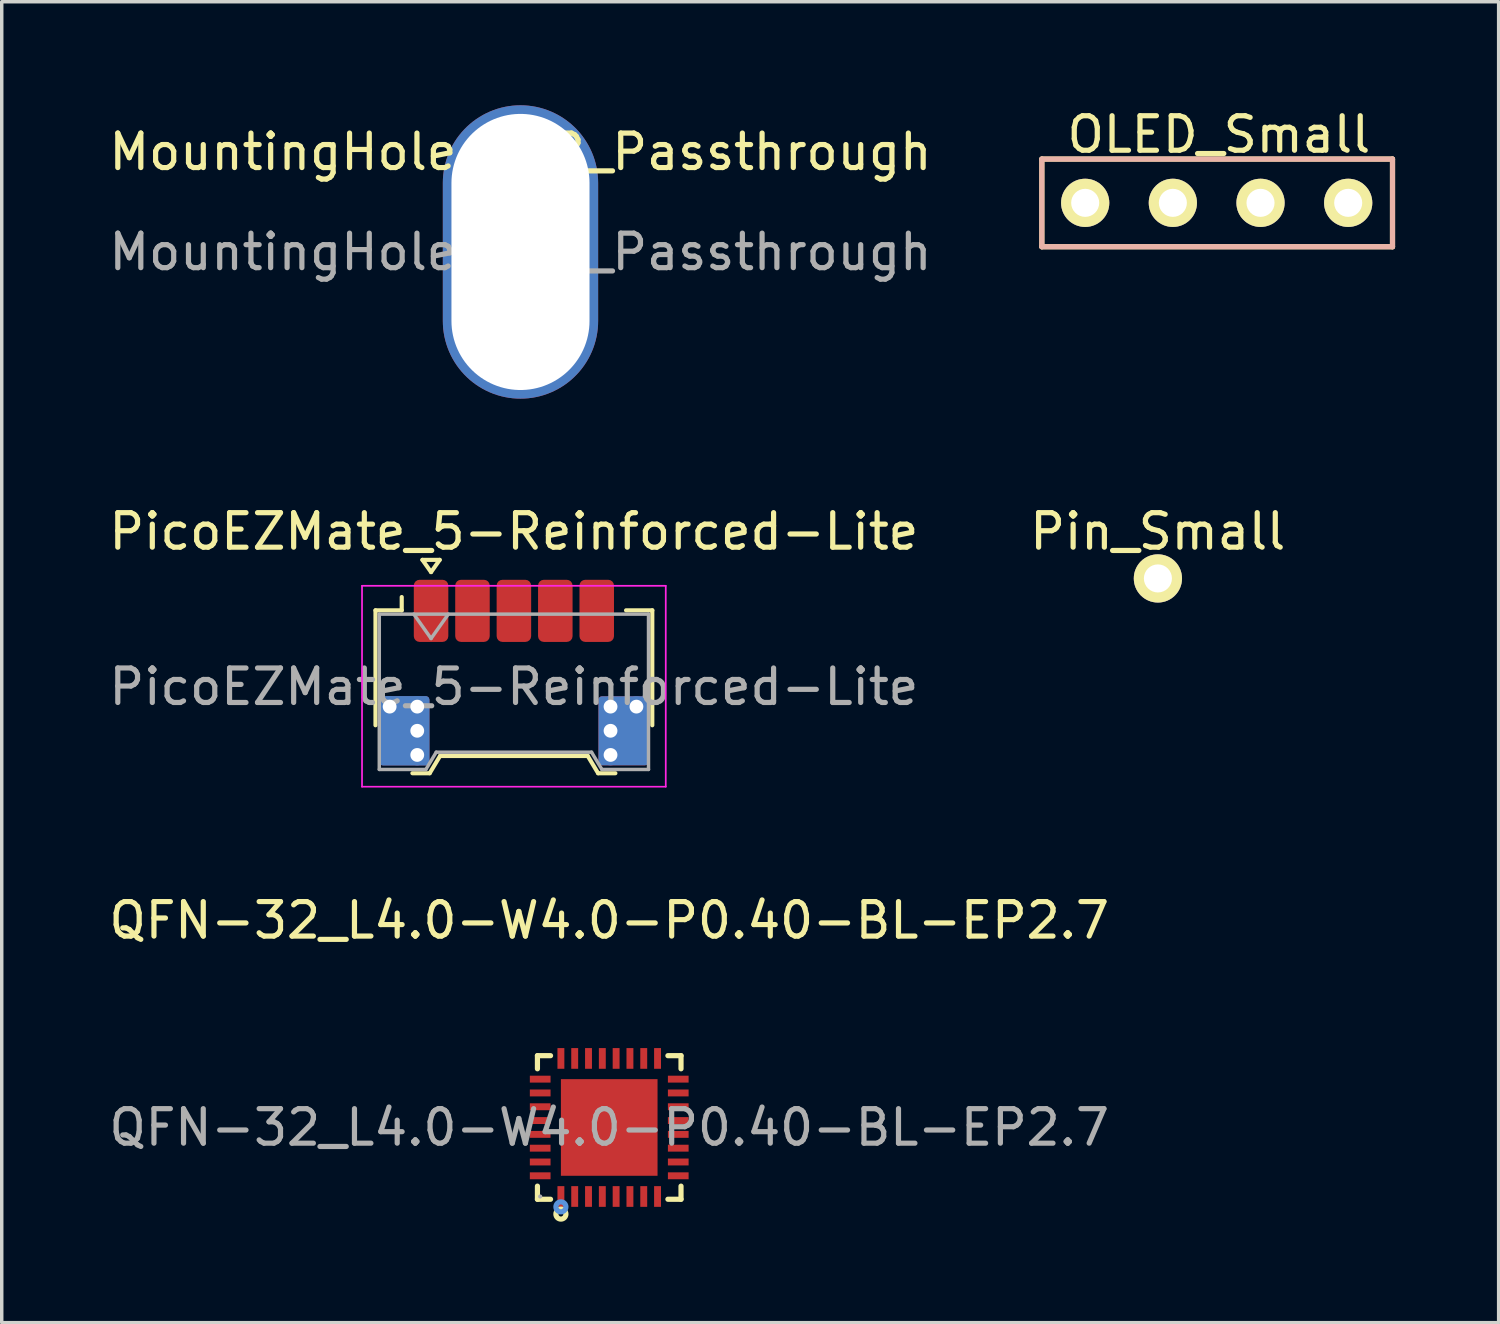
<source format=kicad_pcb>
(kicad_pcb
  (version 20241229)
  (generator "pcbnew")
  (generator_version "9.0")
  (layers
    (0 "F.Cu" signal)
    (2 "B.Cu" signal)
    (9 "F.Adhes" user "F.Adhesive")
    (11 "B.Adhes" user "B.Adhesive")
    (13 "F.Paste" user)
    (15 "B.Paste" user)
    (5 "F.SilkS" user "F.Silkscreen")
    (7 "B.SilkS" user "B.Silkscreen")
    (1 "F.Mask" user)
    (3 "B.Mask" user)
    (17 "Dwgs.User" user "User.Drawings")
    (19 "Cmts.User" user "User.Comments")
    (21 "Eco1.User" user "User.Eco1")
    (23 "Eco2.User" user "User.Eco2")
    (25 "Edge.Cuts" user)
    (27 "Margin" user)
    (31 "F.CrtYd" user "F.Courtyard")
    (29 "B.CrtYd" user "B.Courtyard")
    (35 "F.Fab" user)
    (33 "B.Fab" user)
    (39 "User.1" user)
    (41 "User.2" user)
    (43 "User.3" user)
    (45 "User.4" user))
  (footprint "PicoEZMate_5-Reinforced-Lite"
    (layer "F.Cu")
    (at 11.839 16.848)
    (property "Reference" "PicoEZMate_5-Reinforced-Lite" (at 0 -4.5 0) (layer "F.SilkS") (effects (font (size 1 1) (thickness 0.15))))
    (attr smd)
    (fp_line (start -4.01 -2.215) (end -3.25 -2.215) (stroke (width 0.12) (type solid)) (layer "F.SilkS"))
    (fp_line (start -4.01 1.115) (end -4.01 -2.215) (stroke (width 0.12) (type solid)) (layer "F.SilkS"))
    (fp_line (start -3.25 -2.215) (end -3.25 -2.6) (stroke (width 0.12) (type solid)) (layer "F.SilkS"))
    (fp_line (start -2.94 2.505) (end -2.44 2.505) (stroke (width 0.12) (type solid)) (layer "F.SilkS"))
    (fp_line (start -2.65 -3.677) (end -2.4 -3.323) (stroke (width 0.12) (type solid)) (layer "F.SilkS"))
    (fp_line (start -2.44 2.505) (end -2.14 2.005) (stroke (width 0.12) (type solid)) (layer "F.SilkS"))
    (fp_line (start -2.4 -3.323) (end -2.15 -3.677) (stroke (width 0.12) (type solid)) (layer "F.SilkS"))
    (fp_line (start -2.15 -3.677) (end -2.65 -3.677) (stroke (width 0.12) (type solid)) (layer "F.SilkS"))
    (fp_line (start -2.14 2.005) (end 2.14 2.005) (stroke (width 0.12) (type solid)) (layer "F.SilkS"))
    (fp_line (start 2.14 2.005) (end 2.44 2.505) (stroke (width 0.12) (type solid)) (layer "F.SilkS"))
    (fp_line (start 2.44 2.505) (end 2.94 2.505) (stroke (width 0.12) (type solid)) (layer "F.SilkS"))
    (fp_line (start 4.01 -2.215) (end 3.25 -2.215) (stroke (width 0.12) (type solid)) (layer "F.SilkS"))
    (fp_line (start 4.01 1.115) (end 4.01 -2.215) (stroke (width 0.12) (type solid)) (layer "F.SilkS"))
    (fp_line (start -4.4 -2.925) (end -4.4 2.895) (stroke (width 0.05) (type solid)) (layer "F.CrtYd"))
    (fp_line (start -4.4 2.895) (end 4.4 2.895) (stroke (width 0.05) (type solid)) (layer "F.CrtYd"))
    (fp_line (start 4.4 -2.925) (end -4.4 -2.925) (stroke (width 0.05) (type solid)) (layer "F.CrtYd"))
    (fp_line (start 4.4 2.895) (end 4.4 -2.925) (stroke (width 0.05) (type solid)) (layer "F.CrtYd"))
    (fp_line (start -3.9 -2.105) (end -3.9 2.395) (stroke (width 0.1) (type solid)) (layer "F.Fab"))
    (fp_line (start -3.9 -2.105) (end 3.9 -2.105) (stroke (width 0.1) (type solid)) (layer "F.Fab"))
    (fp_line (start -3.9 2.395) (end -2.55 2.395) (stroke (width 0.1) (type solid)) (layer "F.Fab"))
    (fp_line (start -2.9 -2.105) (end -2.4 -1.398) (stroke (width 0.1) (type solid)) (layer "F.Fab"))
    (fp_line (start -2.55 2.395) (end -2.25 1.895) (stroke (width 0.1) (type solid)) (layer "F.Fab"))
    (fp_line (start -2.4 -1.398) (end -1.9 -2.105) (stroke (width 0.1) (type solid)) (layer "F.Fab"))
    (fp_line (start -2.25 1.895) (end 2.25 1.895) (stroke (width 0.1) (type solid)) (layer "F.Fab"))
    (fp_line (start 2.25 1.895) (end 2.55 2.395) (stroke (width 0.1) (type solid)) (layer "F.Fab"))
    (fp_line (start 2.55 2.395) (end 3.9 2.395) (stroke (width 0.1) (type solid)) (layer "F.Fab"))
    (fp_line (start 3.9 -2.105) (end 3.9 2.395) (stroke (width 0.1) (type solid)) (layer "F.Fab"))
    (fp_text user "${REFERENCE}" (at 0 0 0) (layer "F.Fab") (effects (font (size 1 1) (thickness 0.15))))
    (pad "" thru_hole circle (at -3.6 0.575) (size 0.6 0.6) (drill 0.4) (layers "*.Cu"))
    (pad "" smd roundrect (at -3.55 1.775) (size 0.7 1) (layers "F.Mask" "F.Paste") (roundrect_rratio 0.143))
    (pad "" smd roundrect (at -3.175 1.275) (size 1.45 2) (layers "F.Cu") (roundrect_rratio 0.069))
    (pad "" smd roundrect (at -3.175 1.275) (size 1.45 2) (layers "B.Cu") (roundrect_rratio 0.069))
    (pad "" smd roundrect (at -3.175 1.275) (size 1.45 2) (layers "B.Cu") (roundrect_rratio 0.069))
    (pad "" thru_hole circle (at -2.8 0.575) (size 0.6 0.6) (drill 0.4) (layers "*.Cu"))
    (pad "" thru_hole circle (at -2.8 1.275) (size 0.6 0.6) (drill 0.4) (layers "*.Cu"))
    (pad "" thru_hole circle (at -2.8 1.975) (size 0.6 0.6) (drill 0.4) (layers "*.Cu"))
    (pad "" smd roundrect (at -2.4 -2) (size 0.75 1.2) (layers "F.Mask" "F.Paste") (roundrect_rratio 0.167))
    (pad "" smd roundrect (at -1.2 -2) (size 0.75 1.2) (layers "F.Mask" "F.Paste") (roundrect_rratio 0.167))
    (pad "" smd roundrect (at 0 -2) (size 0.75 1.2) (layers "F.Mask" "F.Paste") (roundrect_rratio 0.167))
    (pad "" smd roundrect (at 1.2 -2) (size 0.75 1.2) (layers "F.Mask" "F.Paste") (roundrect_rratio 0.167))
    (pad "" smd roundrect (at 2.4 -2) (size 0.75 1.2) (layers "F.Mask" "F.Paste") (roundrect_rratio 0.167))
    (pad "" thru_hole circle (at 2.8 0.575) (size 0.6 0.6) (drill 0.4) (layers "*.Cu"))
    (pad "" thru_hole circle (at 2.8 1.275) (size 0.6 0.6) (drill 0.4) (layers "*.Cu"))
    (pad "" thru_hole circle (at 2.8 1.975) (size 0.6 0.6) (drill 0.4) (layers "*.Cu"))
    (pad "" smd roundrect (at 3.175 1.275) (size 1.45 2) (layers "F.Cu") (roundrect_rratio 0.069))
    (pad "" smd roundrect (at 3.175 1.275) (size 1.45 2) (layers "B.Cu") (roundrect_rratio 0.069))
    (pad "" thru_hole circle (at 3.55 0.575) (size 0.6 0.6) (drill 0.4) (layers "*.Cu"))
    (pad "" smd roundrect (at 3.55 1.775) (size 0.7 1) (layers "F.Mask" "F.Paste") (roundrect_rratio 0.143))
    (pad "1" smd roundrect (at -2.4 -2.2) (size 1 1.8) (layers "F.Cu") (roundrect_rratio 0.167))
    (pad "2" smd roundrect (at -1.2 -2.2) (size 1 1.8) (layers "F.Cu") (roundrect_rratio 0.167))
    (pad "3" smd roundrect (at 0 -2.2) (size 1 1.8) (layers "F.Cu") (roundrect_rratio 0.167))
    (pad "4" smd roundrect (at 1.2 -2.2) (size 1 1.8) (layers "F.Cu") (roundrect_rratio 0.167))
    (pad "5" smd roundrect (at 2.4 -2.2) (size 1 1.8) (layers "F.Cu") (roundrect_rratio 0.167)))
  (footprint "Pin_Small"
    (layer "F.Cu")
    (at 30.494 13.72)
    (property "Reference" "Pin_Small" (at 0 -1.372 0) (layer "F.SilkS") (effects (font (size 1 1) (thickness 0.15))))
    (attr through_hole)
    (pad "1" thru_hole circle (at 0.004 -0.011) (size 1.397 1.397) (drill 0.813) (layers "*.Cu" "*.Mask" "F.SilkS")))
  (footprint "MountingHole_RGB_Passthrough"
    (layer "F.Cu")
    (at 12.03 4.25)
    (property "Reference" "MountingHole_RGB_Passthrough" (at 0 -2.9 0) (layer "F.SilkS") (effects (font (size 1 1) (thickness 0.15))))
    (attr exclude_from_pos_files exclude_from_bom)
    (fp_text user "${REFERENCE}" (at 0 0 0) (layer "F.Fab") (effects (font (size 1 1) (thickness 0.15))))
    (pad "1" thru_hole oval (at 0 0) (size 4.5 8.5) (drill oval 4 8) (layers "*.Cu" "*.Mask")))
  (footprint "QFN-32_L4.0-W4.0-P0.40-BL-EP2.7"
    (layer "F.Cu")
    (at 14.601 29.616)
    (property "Reference" "QFN-32_L4.0-W4.0-P0.40-BL-EP2.7" (at 0 -6 0) (layer "F.SilkS") (effects (font (size 1 1) (thickness 0.15))))
    (attr smd)
    (fp_line (start -2.08 -2.08) (end -1.7 -2.08) (stroke (width 0.15) (type solid)) (layer "F.SilkS"))
    (fp_line (start -2.08 -1.7) (end -2.08 -2.08) (stroke (width 0.15) (type solid)) (layer "F.SilkS"))
    (fp_line (start -2.08 1.7) (end -2.08 2.08) (stroke (width 0.15) (type solid)) (layer "F.SilkS"))
    (fp_line (start -2.08 2.08) (end -1.7 2.08) (stroke (width 0.15) (type solid)) (layer "F.SilkS"))
    (fp_line (start 2.08 -2.08) (end 1.7 -2.08) (stroke (width 0.15) (type solid)) (layer "F.SilkS"))
    (fp_line (start 2.08 -1.7) (end 2.08 -2.08) (stroke (width 0.15) (type solid)) (layer "F.SilkS"))
    (fp_line (start 2.08 1.7) (end 2.08 2.08) (stroke (width 0.15) (type solid)) (layer "F.SilkS"))
    (fp_line (start 2.08 2.08) (end 1.7 2.08) (stroke (width 0.15) (type solid)) (layer "F.SilkS"))
    (fp_circle (center -1.4 2.51) (end -1.33 2.51) (stroke (width 0.15) (type solid)) (fill no) (layer "F.SilkS"))
    (fp_circle (center -1.4 2.3) (end -1.33 2.3) (stroke (width 0.15) (type solid)) (fill no) (layer "Cmts.User"))
    (fp_circle (center -2 2) (end -1.97 2) (stroke (width 0.06) (type solid)) (fill no) (layer "F.Fab"))
    (fp_text user "${REFERENCE}" (at 0 0 0) (layer "F.Fab") (effects (font (size 1 1) (thickness 0.15))))
    (pad "1" smd rect (at -1.4 2) (size 0.2 0.6) (layers "F.Cu" "F.Mask" "F.Paste"))
    (pad "2" smd rect (at -1 2) (size 0.2 0.6) (layers "F.Cu" "F.Mask" "F.Paste"))
    (pad "3" smd rect (at -0.6 2) (size 0.2 0.6) (layers "F.Cu" "F.Mask" "F.Paste"))
    (pad "4" smd rect (at -0.2 2) (size 0.2 0.6) (layers "F.Cu" "F.Mask" "F.Paste"))
    (pad "5" smd rect (at 0.2 2) (size 0.2 0.6) (layers "F.Cu" "F.Mask" "F.Paste"))
    (pad "6" smd rect (at 0.6 2) (size 0.2 0.6) (layers "F.Cu" "F.Mask" "F.Paste"))
    (pad "7" smd rect (at 1 2) (size 0.2 0.6) (layers "F.Cu" "F.Mask" "F.Paste"))
    (pad "8" smd rect (at 1.4 2) (size 0.2 0.6) (layers "F.Cu" "F.Mask" "F.Paste"))
    (pad "9" smd rect (at 2 1.4) (size 0.6 0.2) (layers "F.Cu" "F.Mask" "F.Paste"))
    (pad "10" smd rect (at 2 1) (size 0.6 0.2) (layers "F.Cu" "F.Mask" "F.Paste"))
    (pad "11" smd rect (at 2 0.6) (size 0.6 0.2) (layers "F.Cu" "F.Mask" "F.Paste"))
    (pad "12" smd rect (at 2 0.2) (size 0.6 0.2) (layers "F.Cu" "F.Mask" "F.Paste"))
    (pad "13" smd rect (at 2 -0.2) (size 0.6 0.2) (layers "F.Cu" "F.Mask" "F.Paste"))
    (pad "14" smd rect (at 2 -0.6) (size 0.6 0.2) (layers "F.Cu" "F.Mask" "F.Paste"))
    (pad "15" smd rect (at 2 -1) (size 0.6 0.2) (layers "F.Cu" "F.Mask" "F.Paste"))
    (pad "16" smd rect (at 2 -1.4) (size 0.6 0.2) (layers "F.Cu" "F.Mask" "F.Paste"))
    (pad "17" smd rect (at 1.4 -2) (size 0.2 0.6) (layers "F.Cu" "F.Mask" "F.Paste"))
    (pad "18" smd rect (at 1 -2) (size 0.2 0.6) (layers "F.Cu" "F.Mask" "F.Paste"))
    (pad "19" smd rect (at 0.6 -2) (size 0.2 0.6) (layers "F.Cu" "F.Mask" "F.Paste"))
    (pad "20" smd rect (at 0.2 -2) (size 0.2 0.6) (layers "F.Cu" "F.Mask" "F.Paste"))
    (pad "21" smd rect (at -0.2 -2) (size 0.2 0.6) (layers "F.Cu" "F.Mask" "F.Paste"))
    (pad "22" smd rect (at -0.6 -2) (size 0.2 0.6) (layers "F.Cu" "F.Mask" "F.Paste"))
    (pad "23" smd rect (at -1 -2) (size 0.2 0.6) (layers "F.Cu" "F.Mask" "F.Paste"))
    (pad "24" smd rect (at -1.4 -2) (size 0.2 0.6) (layers "F.Cu" "F.Mask" "F.Paste"))
    (pad "25" smd rect (at -2 -1.4) (size 0.6 0.2) (layers "F.Cu" "F.Mask" "F.Paste"))
    (pad "26" smd rect (at -2 -1) (size 0.6 0.2) (layers "F.Cu" "F.Mask" "F.Paste"))
    (pad "27" smd rect (at -2 -0.6) (size 0.6 0.2) (layers "F.Cu" "F.Mask" "F.Paste"))
    (pad "28" smd rect (at -2 -0.2) (size 0.6 0.2) (layers "F.Cu" "F.Mask" "F.Paste"))
    (pad "29" smd rect (at -2 0.2) (size 0.6 0.2) (layers "F.Cu" "F.Mask" "F.Paste"))
    (pad "30" smd rect (at -2 0.6) (size 0.6 0.2) (layers "F.Cu" "F.Mask" "F.Paste"))
    (pad "31" smd rect (at -2 1) (size 0.6 0.2) (layers "F.Cu" "F.Mask" "F.Paste"))
    (pad "32" smd rect (at -2 1.4) (size 0.6 0.2) (layers "F.Cu" "F.Mask" "F.Paste"))
    (pad "33" smd rect (at 0 0) (size 2.8 2.8) (layers "F.Cu" "F.Mask" "F.Paste")))
  (footprint "OLED_Small"
    (layer "F.Cu")
    (at 32.24 2.829)
    (property "Reference" "OLED_Small" (at 0.025 -1.981 0) (layer "F.SilkS") (effects (font (size 1 1) (thickness 0.15))))
    (attr through_hole)
    (fp_line (start -5.105 -1.27) (end 5.055 -1.27) (stroke (width 0.15) (type solid)) (layer "F.SilkS"))
    (fp_line (start -5.105 1.27) (end -5.105 -1.27) (stroke (width 0.15) (type solid)) (layer "F.SilkS"))
    (fp_line (start -5.105 1.27) (end 5.055 1.27) (stroke (width 0.15) (type solid)) (layer "F.SilkS"))
    (fp_line (start 5.055 -1.27) (end 5.055 1.27) (stroke (width 0.15) (type solid)) (layer "F.SilkS"))
    (fp_line (start -5.105 -1.27) (end 5.055 -1.27) (stroke (width 0.15) (type solid)) (layer "B.SilkS"))
    (fp_line (start -5.105 1.27) (end -5.105 -1.27) (stroke (width 0.15) (type solid)) (layer "B.SilkS"))
    (fp_line (start 5.055 -1.27) (end 5.055 1.27) (stroke (width 0.15) (type solid)) (layer "B.SilkS"))
    (fp_line (start 5.055 1.27) (end -5.105 1.27) (stroke (width 0.15) (type solid)) (layer "B.SilkS"))
    (pad "1" thru_hole circle (at 3.771 -0.002 180) (size 1.397 1.397) (drill 0.813) (layers "*.Cu" "*.Mask" "F.SilkS"))
    (pad "2" thru_hole circle (at 1.231 -0.002 180) (size 1.397 1.397) (drill 0.813) (layers "*.Cu" "*.Mask" "F.SilkS"))
    (pad "3" thru_hole circle (at -1.309 -0.002 180) (size 1.397 1.397) (drill 0.813) (layers "*.Cu" "*.Mask" "F.SilkS"))
    (pad "4" thru_hole circle (at -3.849 -0.002 180) (size 1.397 1.397) (drill 0.813) (layers "*.Cu" "*.Mask" "F.SilkS")))
  (gr_rect
    (start -3 -3)
    (end 40.37 35.272)
    (stroke (width 0.1) (type default))
    (fill no)
    (layer "Edge.Cuts")))
</source>
